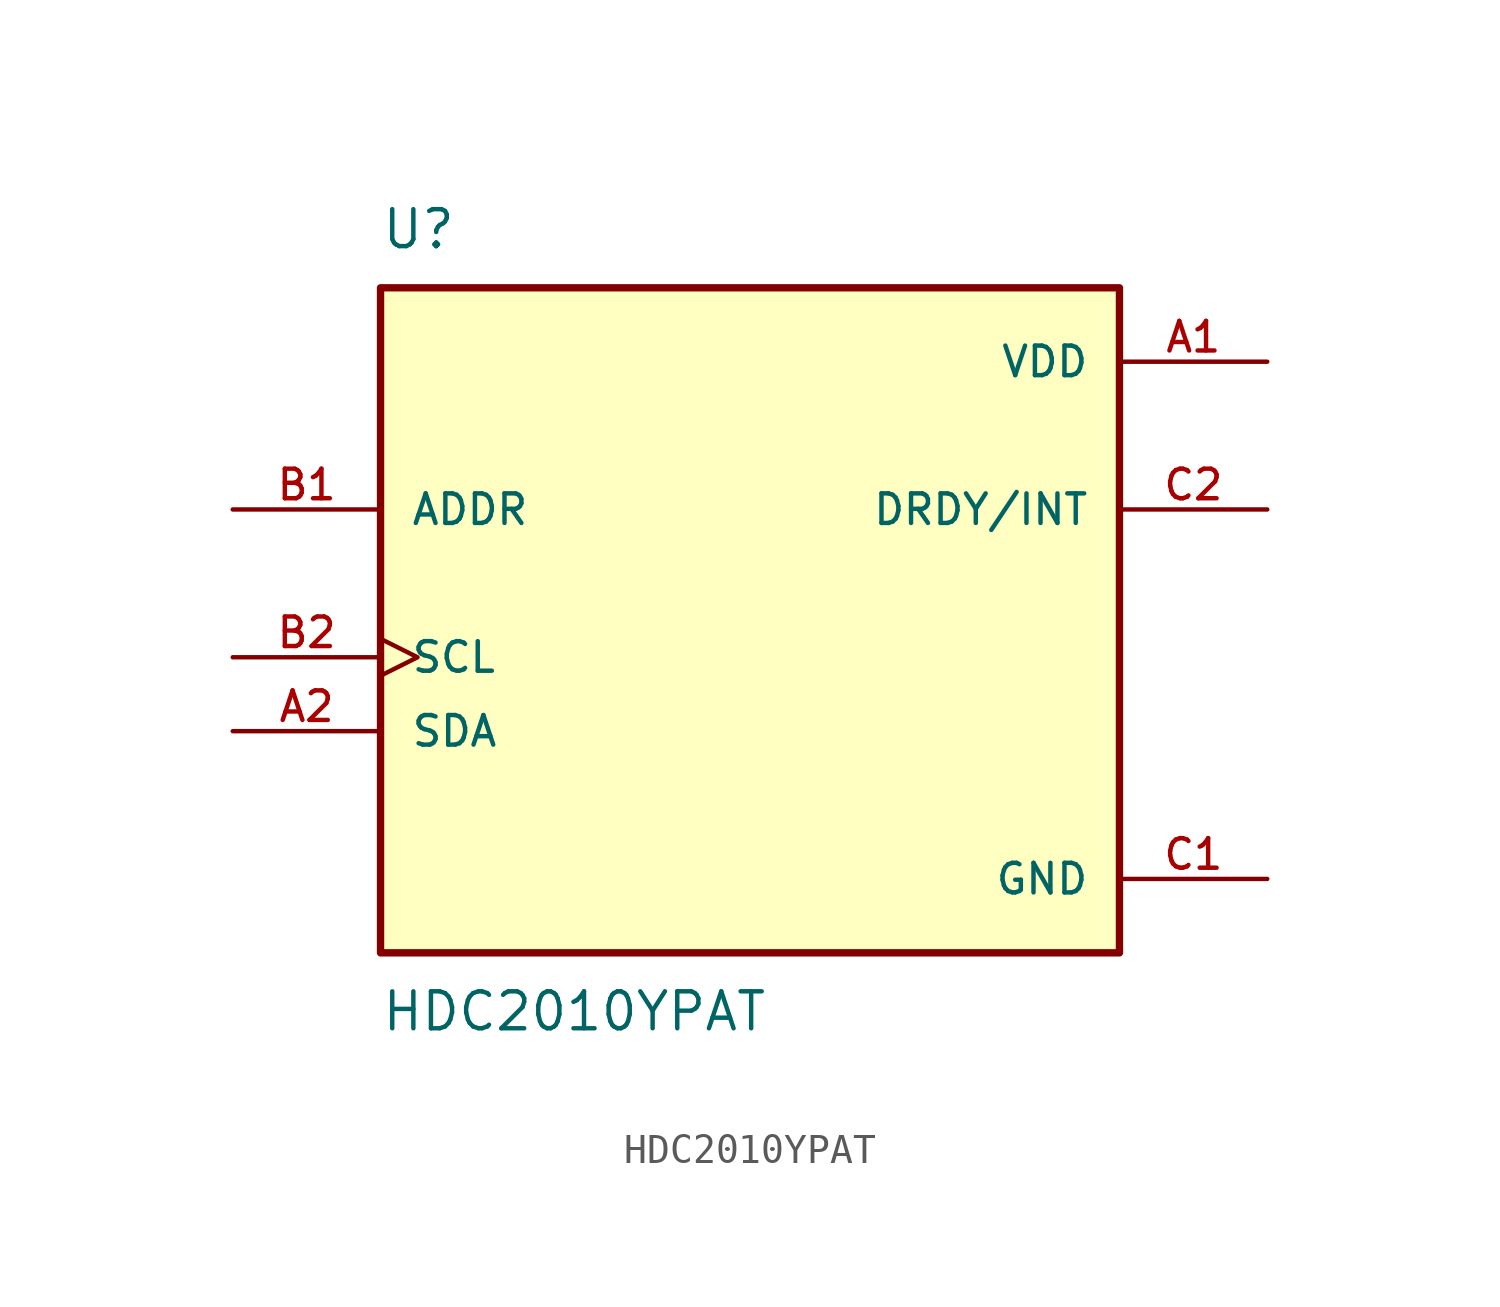
<source format=kicad_sym>
(kicad_symbol_lib
  (version 20211014)
  (generator kicad_symbol_editor)
  (symbol "HDC2010YPAT"
    (pin_names
      (offset 1.016))
    (property "Reference" "U"
      (at -12.7 11.43 0)
      (effects (font (size 1.27 1.27)) (justify bottom left)))
    (property "Value" "HDC2010YPAT"
      (at -12.7 -13.97 0.0)
      (effects (font (size 1.27 1.27)) (justify top left)))
    (symbol "HDC2010YPAT_0_0"
      (rectangle (start -12.7 -12.7) (end 12.7 10.16) (stroke (width 0.254)) (fill (type background)))
      (pin power_in line (at 17.78 7.62 180.0) (length 5.08) (name "VDD" (effects (font (size 1.016 1.016)))) (number "A1" (effects (font (size 1.016 1.016)))))
      (pin input line (at -17.78 2.54 0) (length 5.08) (name "ADDR" (effects (font (size 1.016 1.016)))) (number "B1" (effects (font (size 1.016 1.016)))))
      (pin power_in line (at 17.78 -10.16 180.0) (length 5.08) (name "GND" (effects (font (size 1.016 1.016)))) (number "C1" (effects (font (size 1.016 1.016)))))
      (pin bidirectional line (at -17.78 -5.08 0) (length 5.08) (name "SDA" (effects (font (size 1.016 1.016)))) (number "A2" (effects (font (size 1.016 1.016)))))
      (pin input clock (at -17.78 -2.54 0) (length 5.08) (name "SCL" (effects (font (size 1.016 1.016)))) (number "B2" (effects (font (size 1.016 1.016)))))
      (pin output line (at 17.78 2.54 180.0) (length 5.08) (name "DRDY/INT" (effects (font (size 1.016 1.016)))) (number "C2" (effects (font (size 1.016 1.016))))))))
</source>
